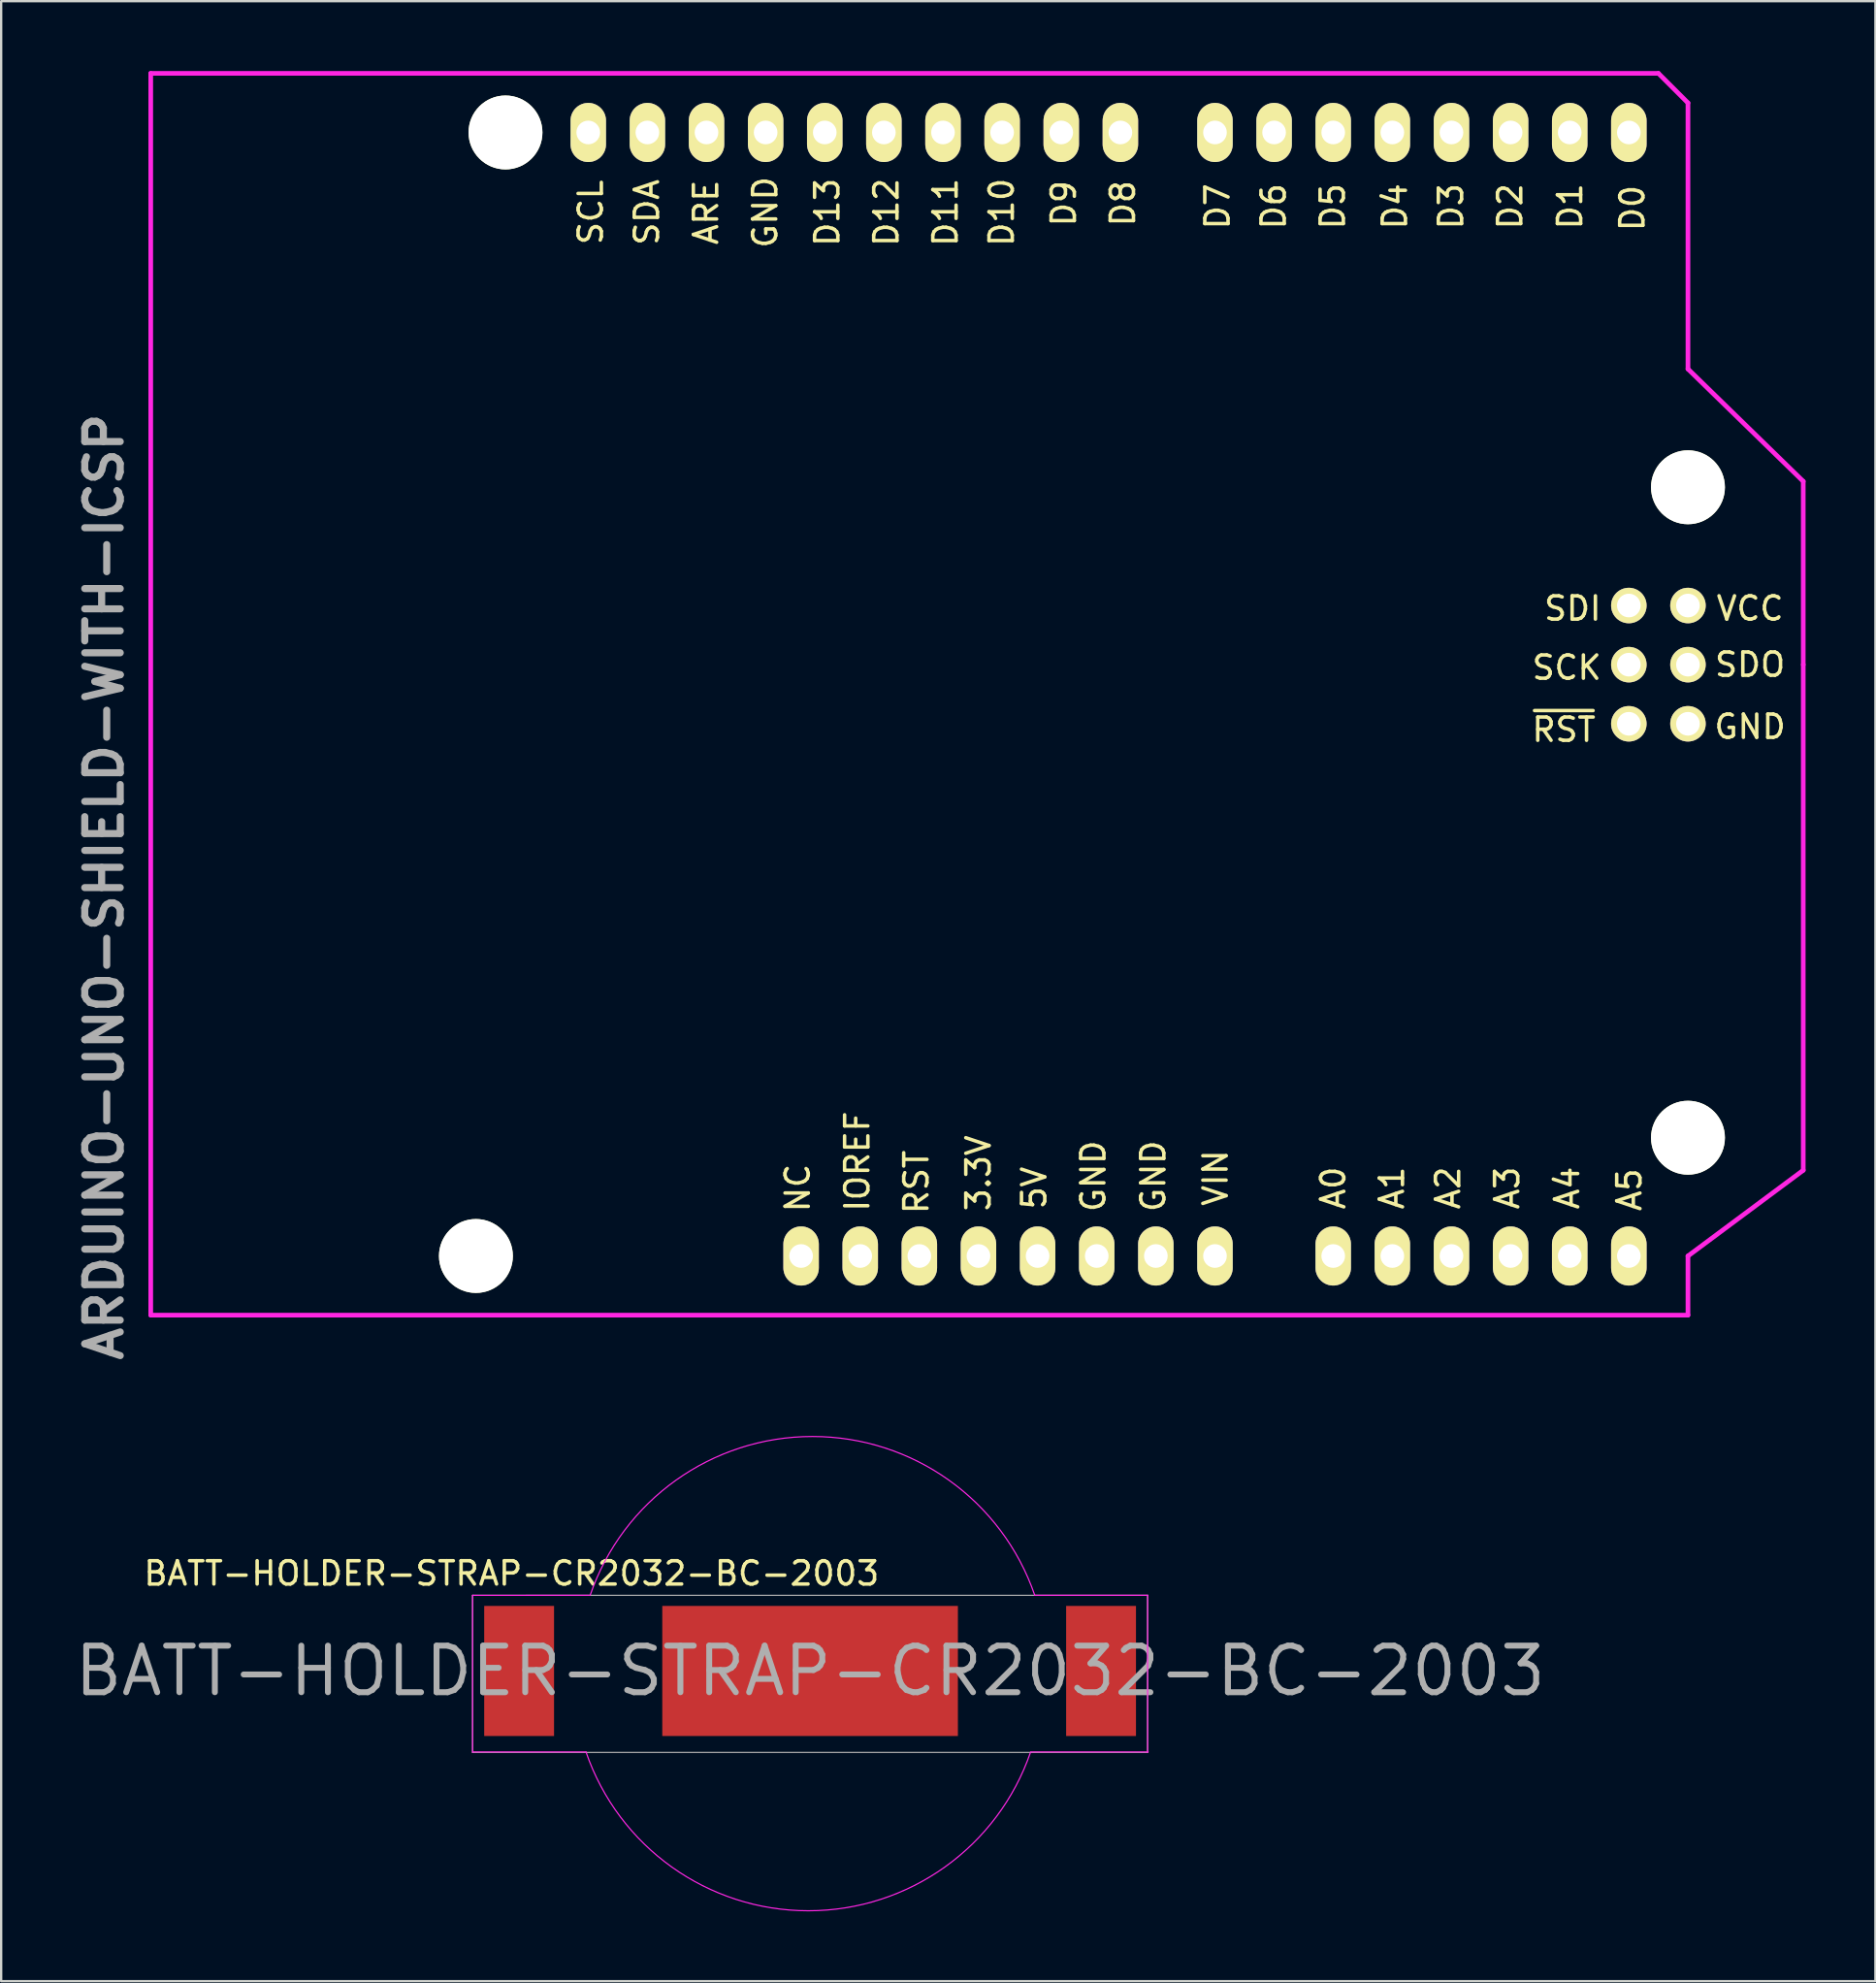
<source format=kicad_pcb>
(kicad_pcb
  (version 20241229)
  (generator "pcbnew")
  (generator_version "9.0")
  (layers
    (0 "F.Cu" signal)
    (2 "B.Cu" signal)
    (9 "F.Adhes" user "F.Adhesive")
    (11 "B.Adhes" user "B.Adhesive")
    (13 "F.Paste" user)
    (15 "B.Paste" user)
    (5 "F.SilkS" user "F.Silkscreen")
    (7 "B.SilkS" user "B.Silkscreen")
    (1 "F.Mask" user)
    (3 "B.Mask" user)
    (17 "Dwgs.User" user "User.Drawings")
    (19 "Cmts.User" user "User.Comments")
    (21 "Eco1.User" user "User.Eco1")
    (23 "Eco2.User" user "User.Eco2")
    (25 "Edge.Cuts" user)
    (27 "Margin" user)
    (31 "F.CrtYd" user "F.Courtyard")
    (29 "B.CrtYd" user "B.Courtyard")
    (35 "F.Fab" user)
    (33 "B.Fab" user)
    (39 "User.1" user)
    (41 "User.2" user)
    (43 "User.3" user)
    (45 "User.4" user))
  (footprint "ARDUINO-UNO-SHIELD-WITH-ICSP"
    (layer "F.Cu")
    (at 3.426 53.44)
    (property "Reference" "ARDUINO-UNO-SHIELD-WITH-ICSP" (at -2 -18.4 90) (layer "F.Fab") (effects (font (size 1.524 1.524) (thickness 0.305))))
    (attr through_hole)
    (fp_line (start 0 0) (end 0 -53.34) (stroke (width 0.2) (type solid)) (layer "F.CrtYd"))
    (fp_line (start 0 0) (end 66.04 0) (stroke (width 0.2) (type solid)) (layer "F.CrtYd"))
    (fp_line (start 64.77 -53.34) (end 0 -53.34) (stroke (width 0.2) (type solid)) (layer "F.CrtYd"))
    (fp_line (start 66.04 -52.07) (end 64.77 -53.34) (stroke (width 0.2) (type solid)) (layer "F.CrtYd"))
    (fp_line (start 66.04 -40.64) (end 66.04 -52.07) (stroke (width 0.2) (type solid)) (layer "F.CrtYd"))
    (fp_line (start 66.04 -40.64) (end 70.993 -35.814) (stroke (width 0.2) (type solid)) (layer "F.CrtYd"))
    (fp_line (start 66.04 -2.54) (end 66.04 0) (stroke (width 0.2) (type solid)) (layer "F.CrtYd"))
    (fp_line (start 66.04 -2.54) (end 70.993 -6.223) (stroke (width 0.2) (type solid)) (layer "F.CrtYd"))
    (fp_line (start 70.993 -35.814) (end 70.993 -27.94) (stroke (width 0.2) (type solid)) (layer "F.CrtYd"))
    (fp_line (start 70.993 -27.94) (end 70.993 -6.223) (stroke (width 0.2) (type solid)) (layer "F.CrtYd"))
    (fp_text user "D12" (at 31.603 -47.371 90) (layer "F.SilkS") (effects (font (size 1 1) (thickness 0.15))))
    (fp_text user "A5" (at 63.523 -5.386 90) (layer "F.SilkS") (effects (font (size 1 1) (thickness 0.15))))
    (fp_text user "3.3V" (at 35.56 -6.096 90) (layer "F.SilkS") (effects (font (size 1 1) (thickness 0.15))))
    (fp_text user "D4" (at 53.447 -47.625 90) (layer "F.SilkS") (effects (font (size 1 1) (thickness 0.15))))
    (fp_text user "D9" (at 39.223 -47.752 90) (layer "F.SilkS") (effects (font (size 1 1) (thickness 0.15))))
    (fp_text user "GND" (at 43.068 -5.969 90) (layer "F.SilkS") (effects (font (size 1 1) (thickness 0.15))))
    (fp_text user "IOREF" (at 30.353 -6.604 90) (layer "F.SilkS") (effects (font (size 1 1) (thickness 0.15))))
    (fp_text user "A3" (at 58.273 -5.461 90) (layer "F.SilkS") (effects (font (size 1 1) (thickness 0.15))))
    (fp_text user "D2" (at 58.4 -47.625 90) (layer "F.SilkS") (effects (font (size 1 1) (thickness 0.15))))
    (fp_text user "D5" (at 50.78 -47.625 90) (layer "F.SilkS") (effects (font (size 1 1) (thickness 0.15))))
    (fp_text user "D8" (at 41.763 -47.752 90) (layer "F.SilkS") (effects (font (size 1 1) (thickness 0.15))))
    (fp_text user "5V" (at 37.953 -5.461 90) (layer "F.SilkS") (effects (font (size 1 1) (thickness 0.15))))
    (fp_text user "A0" (at 50.8 -5.461 90) (layer "F.SilkS") (effects (font (size 1 1) (thickness 0.15))))
    (fp_text user "D6" (at 48.24 -47.625 90) (layer "F.SilkS") (effects (font (size 1 1) (thickness 0.15))))
    (fp_text user "~{RST}" (at 60.706 -25.146 0) (layer "F.SilkS") (effects (font (size 1 1) (thickness 0.15))))
    (fp_text user "SDO" (at 68.707 -27.94 0) (layer "F.SilkS") (effects (font (size 1 1) (thickness 0.15))))
    (fp_text user "GND" (at 40.493 -5.969 90) (layer "F.SilkS") (effects (font (size 1 1) (thickness 0.15))))
    (fp_text user "D13" (at 29.063 -47.371 90) (layer "F.SilkS") (effects (font (size 1 1) (thickness 0.15))))
    (fp_text user "VCC" (at 68.707 -30.353 0) (layer "F.SilkS") (effects (font (size 1 1) (thickness 0.15))))
    (fp_text user "RST" (at 32.893 -5.715 90) (layer "F.SilkS") (effects (font (size 1 1) (thickness 0.15))))
    (fp_text user "GND" (at 68.707 -25.273 0) (layer "F.SilkS") (effects (font (size 1 1) (thickness 0.15))))
    (fp_text user "D1" (at 60.975 -47.625 90) (layer "F.SilkS") (effects (font (size 1 1) (thickness 0.15))))
    (fp_text user "ARE" (at 23.856 -47.371 90) (layer "F.SilkS") (effects (font (size 1 1) (thickness 0.15))))
    (fp_text user "D0" (at 63.65 -47.55 90) (layer "F.SilkS") (effects (font (size 1 1) (thickness 0.15))))
    (fp_text user "SCK" (at 60.833 -27.813 0) (layer "F.SilkS") (effects (font (size 1 1) (thickness 0.15))))
    (fp_text user "GND" (at 26.396 -47.371 90) (layer "F.SilkS") (effects (font (size 1 1) (thickness 0.15))))
    (fp_text user "SCL" (at 18.903 -47.371 90) (layer "F.SilkS") (effects (font (size 1 1) (thickness 0.15))))
    (fp_text user "A2" (at 55.733 -5.461 90) (layer "F.SilkS") (effects (font (size 1 1) (thickness 0.15))))
    (fp_text user "D7" (at 45.827 -47.625 90) (layer "F.SilkS") (effects (font (size 1 1) (thickness 0.15))))
    (fp_text user "SDI" (at 61.087 -30.353 0) (layer "F.SilkS") (effects (font (size 1 1) (thickness 0.15))))
    (fp_text user "D10" (at 36.556 -47.371 90) (layer "F.SilkS") (effects (font (size 1 1) (thickness 0.15))))
    (fp_text user "SDA" (at 21.316 -47.371 90) (layer "F.SilkS") (effects (font (size 1 1) (thickness 0.15))))
    (fp_text user "A4" (at 60.848 -5.461 90) (layer "F.SilkS") (effects (font (size 1 1) (thickness 0.15))))
    (fp_text user "VIN" (at 45.743 -5.894 90) (layer "F.SilkS") (effects (font (size 1 1) (thickness 0.15))))
    (fp_text user "D11" (at 34.143 -47.371 90) (layer "F.SilkS") (effects (font (size 1 1) (thickness 0.15))))
    (fp_text user "NC" (at 27.793 -5.461 90) (layer "F.SilkS") (effects (font (size 1 1) (thickness 0.15))))
    (fp_text user "D3" (at 55.86 -47.625 90) (layer "F.SilkS") (effects (font (size 1 1) (thickness 0.15))))
    (fp_text user "A1" (at 53.32 -5.461 90) (layer "F.SilkS") (effects (font (size 1 1) (thickness 0.15))))
    (pad "" np_thru_hole circle (at 13.97 -2.54 90) (size 3.175 3.175) (drill 3.175) (layers "*.Cu" "*.Mask" "F.SilkS"))
    (pad "" np_thru_hole circle (at 15.24 -50.8 90) (size 3.175 3.175) (drill 3.175) (layers "*.Cu" "*.Mask" "F.SilkS"))
    (pad "" np_thru_hole circle (at 66.04 -35.56 90) (size 3.175 3.175) (drill 3.175) (layers "*.Cu" "*.Mask" "F.SilkS"))
    (pad "" np_thru_hole circle (at 66.04 -7.62 90) (size 3.175 3.175) (drill 3.175) (layers "*.Cu" "*.Mask" "F.SilkS"))
    (pad "3V3" thru_hole oval (at 35.56 -2.54 90) (size 2.54 1.524) (drill 1.016) (layers "*.Cu" "*.Mask" "F.SilkS"))
    (pad "5V" thru_hole oval (at 38.1 -2.54 90) (size 2.54 1.524) (drill 1.016) (layers "*.Cu" "*.Mask" "F.SilkS"))
    (pad "A0" thru_hole oval (at 50.8 -2.54 90) (size 2.54 1.524) (drill 1.016) (layers "*.Cu" "*.Mask" "F.SilkS"))
    (pad "A1" thru_hole oval (at 53.34 -2.54 90) (size 2.54 1.524) (drill 1.016) (layers "*.Cu" "*.Mask" "F.SilkS"))
    (pad "A2" thru_hole oval (at 55.88 -2.54 90) (size 2.54 1.524) (drill 1.016) (layers "*.Cu" "*.Mask" "F.SilkS"))
    (pad "A3" thru_hole oval (at 58.42 -2.54 90) (size 2.54 1.524) (drill 1.016) (layers "*.Cu" "*.Mask" "F.SilkS"))
    (pad "A4" thru_hole oval (at 60.96 -2.54 90) (size 2.54 1.524) (drill 1.016) (layers "*.Cu" "*.Mask" "F.SilkS"))
    (pad "A5" thru_hole oval (at 63.5 -2.54 90) (size 2.54 1.524) (drill 1.016) (layers "*.Cu" "*.Mask" "F.SilkS"))
    (pad "AREF" thru_hole oval (at 23.876 -50.8 90) (size 2.54 1.524) (drill 1.016) (layers "*.Cu" "*.Mask" "F.SilkS"))
    (pad "D0" thru_hole oval (at 63.5 -50.8 90) (size 2.54 1.524) (drill 1.016) (layers "*.Cu" "*.Mask" "F.SilkS"))
    (pad "D1" thru_hole oval (at 60.96 -50.8 90) (size 2.54 1.524) (drill 1.016) (layers "*.Cu" "*.Mask" "F.SilkS"))
    (pad "D2" thru_hole oval (at 58.42 -50.8 90) (size 2.54 1.524) (drill 1.016) (layers "*.Cu" "*.Mask" "F.SilkS"))
    (pad "D3" thru_hole oval (at 55.88 -50.8 90) (size 2.54 1.524) (drill 1.016) (layers "*.Cu" "*.Mask" "F.SilkS"))
    (pad "D4" thru_hole oval (at 53.34 -50.8 90) (size 2.54 1.524) (drill 1.016) (layers "*.Cu" "*.Mask" "F.SilkS"))
    (pad "D5" thru_hole oval (at 50.8 -50.8 90) (size 2.54 1.524) (drill 1.016) (layers "*.Cu" "*.Mask" "F.SilkS"))
    (pad "D6" thru_hole oval (at 48.26 -50.8 90) (size 2.54 1.524) (drill 1.016) (layers "*.Cu" "*.Mask" "F.SilkS"))
    (pad "D7" thru_hole oval (at 45.72 -50.8 90) (size 2.54 1.524) (drill 1.016) (layers "*.Cu" "*.Mask" "F.SilkS"))
    (pad "D8" thru_hole oval (at 41.656 -50.8 90) (size 2.54 1.524) (drill 1.016) (layers "*.Cu" "*.Mask" "F.SilkS"))
    (pad "D9" thru_hole oval (at 39.116 -50.8 90) (size 2.54 1.524) (drill 1.016) (layers "*.Cu" "*.Mask" "F.SilkS"))
    (pad "D10" thru_hole oval (at 36.576 -50.8 90) (size 2.54 1.524) (drill 1.016) (layers "*.Cu" "*.Mask" "F.SilkS"))
    (pad "D11" thru_hole oval (at 34.036 -50.8 90) (size 2.54 1.524) (drill 1.016) (layers "*.Cu" "*.Mask" "F.SilkS"))
    (pad "D12" thru_hole oval (at 31.496 -50.8 90) (size 2.54 1.524) (drill 1.016) (layers "*.Cu" "*.Mask" "F.SilkS"))
    (pad "D13" thru_hole oval (at 28.956 -50.8 90) (size 2.54 1.524) (drill 1.016) (layers "*.Cu" "*.Mask" "F.SilkS"))
    (pad "GND1" thru_hole oval (at 40.64 -2.54 90) (size 2.54 1.524) (drill 1.016) (layers "*.Cu" "*.Mask" "F.SilkS"))
    (pad "GND2" thru_hole oval (at 43.18 -2.54 90) (size 2.54 1.524) (drill 1.016) (layers "*.Cu" "*.Mask" "F.SilkS"))
    (pad "GND3" thru_hole oval (at 26.416 -50.8 90) (size 2.54 1.524) (drill 1.016) (layers "*.Cu" "*.Mask" "F.SilkS"))
    (pad "IO" thru_hole oval (at 30.48 -2.54 90) (size 2.54 1.524) (drill 1.016) (layers "*.Cu" "*.Mask" "F.SilkS"))
    (pad "NC" thru_hole oval (at 27.94 -2.54 90) (size 2.54 1.524) (drill 1.016) (layers "*.Cu" "*.Mask" "F.SilkS"))
    (pad "RST" thru_hole oval (at 33.02 -2.54 90) (size 2.54 1.524) (drill 1.016) (layers "*.Cu" "*.Mask" "F.SilkS"))
    (pad "SCL" thru_hole oval (at 18.796 -50.8 90) (size 2.54 1.524) (drill 1.016) (layers "*.Cu" "*.Mask" "F.SilkS"))
    (pad "SDA" thru_hole oval (at 21.336 -50.8 90) (size 2.54 1.524) (drill 1.016) (layers "*.Cu" "*.Mask" "F.SilkS"))
    (pad "SP1" thru_hole circle (at 63.5 -30.48 90) (size 1.524 1.524) (drill 1.016) (layers "*.Cu" "*.Mask" "F.SilkS"))
    (pad "SP2" thru_hole circle (at 66.04 -30.48 90) (size 1.524 1.524) (drill 1.016) (layers "*.Cu" "*.Mask" "F.SilkS"))
    (pad "SP3" thru_hole circle (at 63.5 -27.94 90) (size 1.524 1.524) (drill 1.016) (layers "*.Cu" "*.Mask" "F.SilkS"))
    (pad "SP4" thru_hole circle (at 66.04 -27.94 90) (size 1.524 1.524) (drill 1.016) (layers "*.Cu" "*.Mask" "F.SilkS"))
    (pad "SP5" thru_hole circle (at 63.5 -25.4 90) (size 1.524 1.524) (drill 1.016) (layers "*.Cu" "*.Mask" "F.SilkS"))
    (pad "SP6" thru_hole circle (at 66.04 -25.4 90) (size 1.524 1.524) (drill 1.016) (layers "*.Cu" "*.Mask" "F.SilkS"))
    (pad "VIN" thru_hole oval (at 45.72 -2.54 90) (size 2.54 1.524) (drill 1.016) (layers "*.Cu" "*.Mask" "F.SilkS")))
  (footprint "BATT-HOLDER-STRAP-CR2032-BC-2003"
    (layer "F.Cu")
    (at 31.752 68.725)
    (property "Reference" "BATT-HOLDER-STRAP-CR2032-BC-2003" (at 0 0 0) (layer "F.Fab") (effects (font (size 2 2) (thickness 0.254))))
    (attr through_hole)
    (fp_line (start -14.5 -3.25) (end -14.5 3.5) (stroke (width 0.05) (type solid)) (layer "F.CrtYd"))
    (fp_line (start -9.627 3.48) (end -14.478 3.48) (stroke (width 0.05) (type solid)) (layer "F.CrtYd"))
    (fp_line (start -9.474 -3.251) (end -14.5 -3.25) (stroke (width 0.05) (type solid)) (layer "F.CrtYd"))
    (fp_line (start 9.5 3.48) (end 14.525 3.479) (stroke (width 0.05) (type solid)) (layer "F.CrtYd"))
    (fp_line (start 9.652 -3.251) (end 14.503 -3.251) (stroke (width 0.05) (type solid)) (layer "F.CrtYd"))
    (fp_line (start 14.5 3.5) (end 14.5 -3.25) (stroke (width 0.05) (type solid)) (layer "F.CrtYd"))
    (fp_arc (start -9.4488 -3.2512) (mid 0.1016 -10.071443) (end 9.652 -3.251199) (stroke (width 0.05) (type solid)) (layer "F.CrtYd"))
    (fp_arc (start 9.4742 3.4798) (mid -0.0762 10.300043) (end -9.6266 3.479799) (stroke (width 0.05) (type solid)) (layer "F.CrtYd"))
    (fp_line (start -14.5 -3.25) (end -14.5 3.5) (stroke (width 0.05) (type solid)) (layer "F.Fab"))
    (fp_line (start -14.5 3.5) (end 14.5 3.5) (stroke (width 0.05) (type solid)) (layer "F.Fab"))
    (fp_line (start 14.5 -3.25) (end -14.5 -3.25) (stroke (width 0.05) (type solid)) (layer "F.Fab"))
    (fp_line (start 14.5 3.5) (end 14.5 -3.25) (stroke (width 0.05) (type solid)) (layer "F.Fab"))
    (fp_text user "${REFERENCE}" (at -12.827 -4.191 0) (layer "F.SilkS") (effects (font (size 1 1) (thickness 0.15))))
    (pad "1" smd rect (at -12.5 0) (size 3 5.588) (layers "F.Cu" "F.Mask" "F.Paste"))
    (pad "1" smd rect (at 12.5 0) (size 3 5.588) (layers "F.Cu" "F.Mask" "F.Paste"))
    (pad "GND" smd rect (at 0 0) (size 12.7 5.588) (layers "F.Cu" "F.Mask" "F.Paste")))
  (gr_rect
    (start -3 -3)
    (end 77.519 82.05)
    (stroke (width 0.1) (type default))
    (fill no)
    (layer "Edge.Cuts")))
</source>
